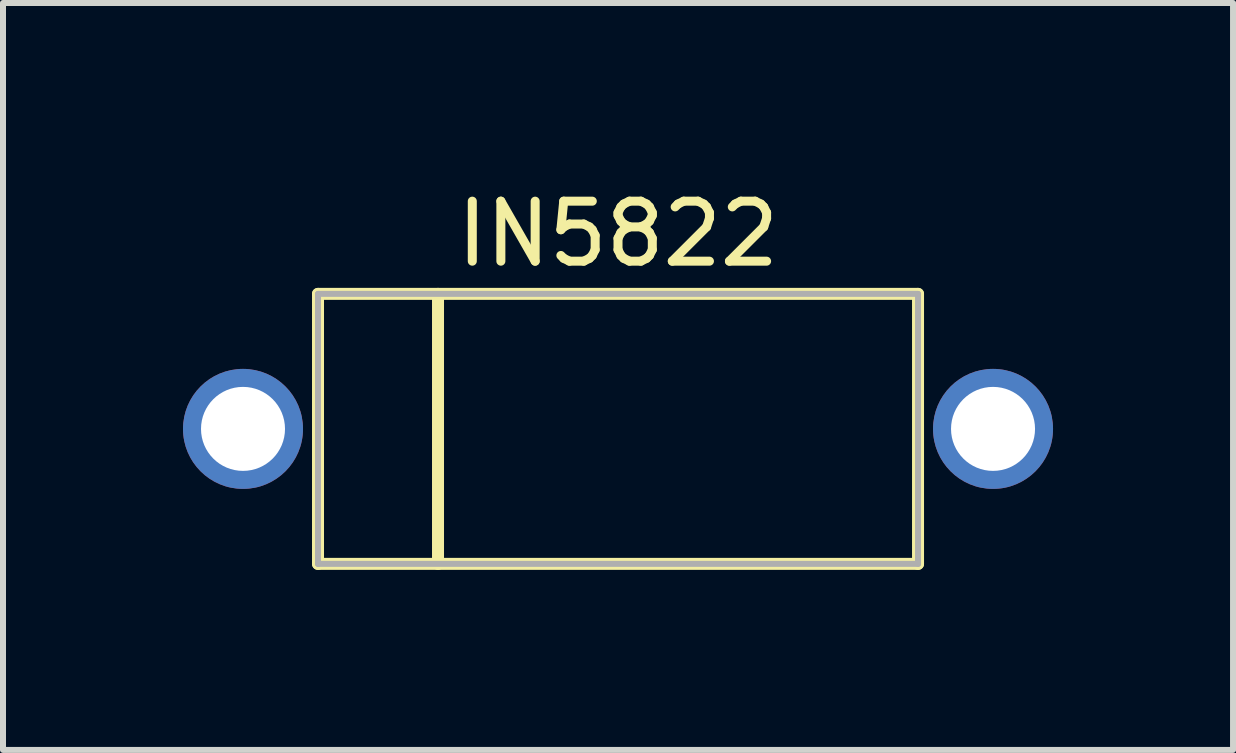
<source format=kicad_pcb>
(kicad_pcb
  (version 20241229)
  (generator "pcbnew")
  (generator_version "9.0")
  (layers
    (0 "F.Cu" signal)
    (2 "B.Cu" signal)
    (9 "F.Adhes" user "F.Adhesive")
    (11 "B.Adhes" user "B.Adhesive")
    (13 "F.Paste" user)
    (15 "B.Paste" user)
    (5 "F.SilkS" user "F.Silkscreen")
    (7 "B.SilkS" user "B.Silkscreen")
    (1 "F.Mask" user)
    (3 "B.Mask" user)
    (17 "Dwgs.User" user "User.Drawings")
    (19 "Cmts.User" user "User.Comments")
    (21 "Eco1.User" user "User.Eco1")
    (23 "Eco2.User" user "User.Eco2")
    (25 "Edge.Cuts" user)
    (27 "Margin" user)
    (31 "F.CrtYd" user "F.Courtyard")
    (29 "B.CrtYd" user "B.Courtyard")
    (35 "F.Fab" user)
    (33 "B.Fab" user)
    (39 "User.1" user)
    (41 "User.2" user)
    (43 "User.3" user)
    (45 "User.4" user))
  (footprint "IN5822"
    (layer "F.Cu")
    (at 7.25 4.098)
    (property "Reference" "IN5822" (at 0 -3.25 0) (layer "F.SilkS") (effects (font (size 1 1) (thickness 0.15))))
    (attr through_hole)
    (fp_line (start -5 -2.25) (end -5 2.25) (stroke (width 0.2) (type solid)) (layer "F.SilkS"))
    (fp_line (start -5 -2.25) (end 5 -2.25) (stroke (width 0.2) (type solid)) (layer "F.SilkS"))
    (fp_line (start -5 2.25) (end 5 2.25) (stroke (width 0.2) (type solid)) (layer "F.SilkS"))
    (fp_line (start -3 -2.25) (end -3 2.25) (stroke (width 0.2) (type solid)) (layer "F.SilkS"))
    (fp_line (start 5 2.25) (end 5 -2.25) (stroke (width 0.2) (type solid)) (layer "F.SilkS"))
    (fp_line (start -5 -2.25) (end 5 -2.25) (stroke (width 0.1) (type solid)) (layer "F.Fab"))
    (fp_line (start -5 2.25) (end -5 -2.25) (stroke (width 0.1) (type solid)) (layer "F.Fab"))
    (fp_line (start 5 -2.25) (end 5 2.25) (stroke (width 0.1) (type solid)) (layer "F.Fab"))
    (fp_line (start 5 2.25) (end -5 2.25) (stroke (width 0.1) (type solid)) (layer "F.Fab"))
    (pad "1" thru_hole circle (at -6.25 0) (size 2 2) (drill 1.4) (layers "*.Cu" "*.Mask"))
    (pad "2" thru_hole circle (at 6.25 0) (size 2 2) (drill 1.4) (layers "*.Cu" "*.Mask")))
  (gr_rect
    (start -3 -3)
    (end 17.5 9.448)
    (stroke (width 0.1) (type default))
    (fill no)
    (layer "Edge.Cuts")))
</source>
